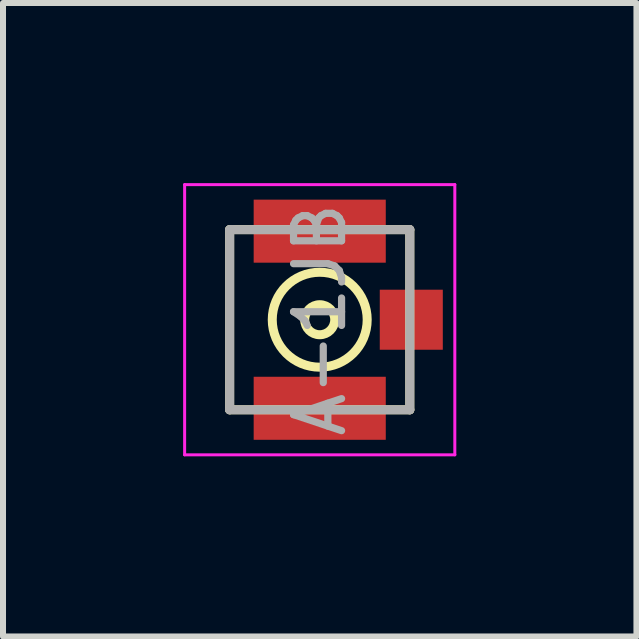
<source format=kicad_pcb>
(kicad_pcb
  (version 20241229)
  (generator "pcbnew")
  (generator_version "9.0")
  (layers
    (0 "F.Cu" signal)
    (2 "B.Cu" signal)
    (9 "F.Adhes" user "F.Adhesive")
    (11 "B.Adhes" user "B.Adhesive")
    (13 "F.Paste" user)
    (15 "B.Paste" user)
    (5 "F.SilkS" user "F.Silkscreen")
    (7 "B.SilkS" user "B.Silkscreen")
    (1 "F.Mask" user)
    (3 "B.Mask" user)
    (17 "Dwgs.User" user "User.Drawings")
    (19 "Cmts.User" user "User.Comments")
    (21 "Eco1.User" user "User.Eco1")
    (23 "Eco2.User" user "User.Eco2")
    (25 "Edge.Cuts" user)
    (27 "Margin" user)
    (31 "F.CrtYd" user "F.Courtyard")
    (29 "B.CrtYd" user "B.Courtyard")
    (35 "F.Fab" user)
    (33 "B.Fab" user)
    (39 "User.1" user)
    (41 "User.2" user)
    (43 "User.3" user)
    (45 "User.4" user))
  (footprint "A-1JB"
    (layer "F.Cu")
    (at 2.275 2.275)
    (property "Reference" "A-1JB" (at 0 0 270) (layer "F.Fab") (effects (font (size 0.8 0.8) (thickness 0.12))))
    (attr through_hole)
    (fp_line (start -1.5 -1.5) (end 1.5 -1.5) (stroke (width 0.15) (type solid)) (layer "F.SilkS"))
    (fp_line (start -1.5 1.5) (end -1.5 -1.5) (stroke (width 0.15) (type solid)) (layer "F.SilkS"))
    (fp_line (start 1.5 -1.5) (end 1.5 1.5) (stroke (width 0.15) (type solid)) (layer "F.SilkS"))
    (fp_line (start 1.5 1.5) (end -1.5 1.5) (stroke (width 0.15) (type solid)) (layer "F.SilkS"))
    (fp_circle (center 0 0) (end 0.25 0) (stroke (width 0.15) (type solid)) (fill no) (layer "F.SilkS"))
    (fp_circle (center 0 0) (end 0.75 -0.25) (stroke (width 0.15) (type solid)) (fill no) (layer "F.SilkS"))
    (fp_line (start -2.25 -2.25) (end -2.25 2.25) (stroke (width 0.05) (type solid)) (layer "F.CrtYd"))
    (fp_line (start -2.25 2.25) (end 2.25 2.25) (stroke (width 0.05) (type solid)) (layer "F.CrtYd"))
    (fp_line (start 2.25 -2.25) (end -2.25 -2.25) (stroke (width 0.05) (type solid)) (layer "F.CrtYd"))
    (fp_line (start 2.25 2.25) (end 2.25 -2.25) (stroke (width 0.05) (type solid)) (layer "F.CrtYd"))
    (fp_line (start -1.5 -1.5) (end -1.45 -1.5) (stroke (width 0.15) (type solid)) (layer "F.Fab"))
    (fp_line (start -1.5 1.5) (end -1.5 -1.5) (stroke (width 0.15) (type solid)) (layer "F.Fab"))
    (fp_line (start -1.45 -1.5) (end 1.5 -1.5) (stroke (width 0.15) (type solid)) (layer "F.Fab"))
    (fp_line (start 1.5 -1.5) (end 1.5 1.5) (stroke (width 0.15) (type solid)) (layer "F.Fab"))
    (fp_line (start 1.5 1.5) (end -1.5 1.5) (stroke (width 0.15) (type solid)) (layer "F.Fab"))
    (pad "1" smd rect (at 1.525 0) (size 1.05 1) (layers "F.Cu" "F.Mask" "F.Paste"))
    (pad "2" smd rect (at 0 -1.475) (size 2.2 1.05) (layers "F.Cu" "F.Mask" "F.Paste"))
    (pad "3" smd rect (at 0 1.475) (size 2.2 1.05) (layers "F.Cu" "F.Mask" "F.Paste")))
  (gr_rect
    (start -3 -3)
    (end 7.55 7.55)
    (stroke (width 0.1) (type default))
    (fill no)
    (layer "Edge.Cuts")))
</source>
